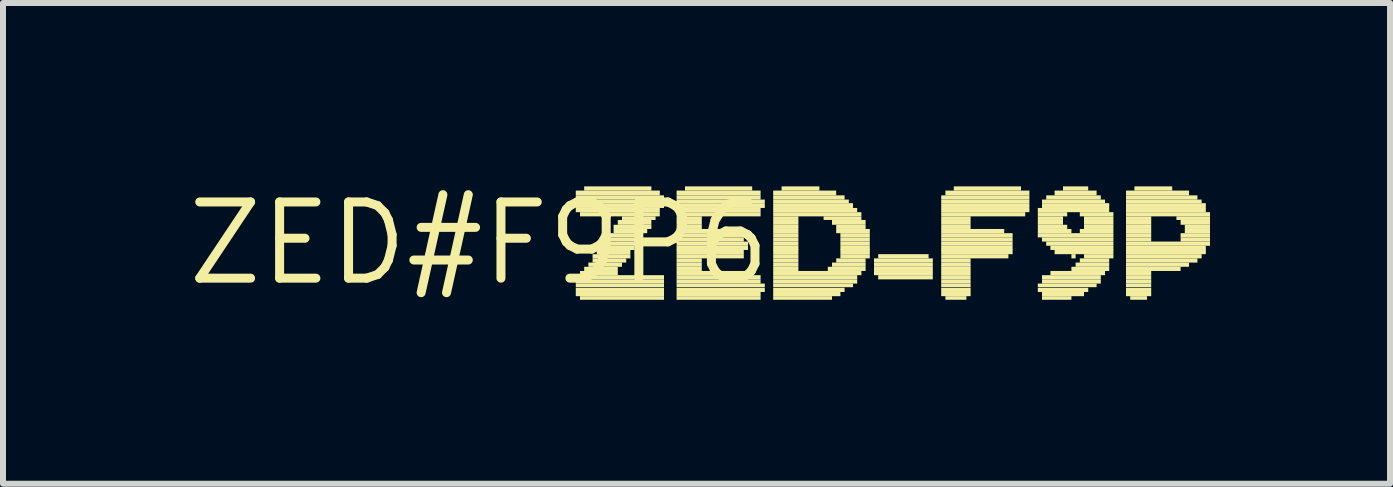
<source format=kicad_pcb>
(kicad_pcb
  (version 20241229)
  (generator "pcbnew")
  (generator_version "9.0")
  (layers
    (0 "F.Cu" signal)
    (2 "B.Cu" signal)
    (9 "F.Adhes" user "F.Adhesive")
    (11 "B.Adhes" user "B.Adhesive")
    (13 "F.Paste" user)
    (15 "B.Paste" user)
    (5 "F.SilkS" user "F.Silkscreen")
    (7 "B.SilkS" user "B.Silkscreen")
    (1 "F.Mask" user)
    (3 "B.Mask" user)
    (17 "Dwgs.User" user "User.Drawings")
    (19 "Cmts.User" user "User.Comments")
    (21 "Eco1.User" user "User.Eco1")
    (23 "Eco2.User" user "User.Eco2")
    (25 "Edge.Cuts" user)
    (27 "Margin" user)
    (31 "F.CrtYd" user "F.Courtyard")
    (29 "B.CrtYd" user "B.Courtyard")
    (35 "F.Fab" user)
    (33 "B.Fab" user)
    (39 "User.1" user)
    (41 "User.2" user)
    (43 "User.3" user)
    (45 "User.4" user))
  (footprint "ZED#F9P6"
    (layer "F.Cu")
    (at 4.936 1.006)
    (property "Reference" "ZED#F9P6" (at 0 0 0) (layer "F.SilkS") (effects (font (size 1.27 1.27) (thickness 0.15))))
    (attr through_hole)
    (fp_poly (pts (xy 1.61 -0.8) (xy 3.01 -0.8) (xy 3.01 -0.88) (xy 1.61 -0.88)) (stroke (width 0) (type solid)) (fill yes) (layer "F.SilkS"))
    (fp_poly (pts (xy 1.61 -0.73) (xy 3.08 -0.73) (xy 3.08 -0.8) (xy 1.61 -0.8)) (stroke (width 0) (type solid)) (fill yes) (layer "F.SilkS"))
    (fp_poly (pts (xy 1.61 -0.67) (xy 3.08 -0.67) (xy 3.08 -0.73) (xy 1.61 -0.73)) (stroke (width 0) (type solid)) (fill yes) (layer "F.SilkS"))
    (fp_poly (pts (xy 1.61 -0.59) (xy 3.08 -0.59) (xy 3.08 -0.67) (xy 1.61 -0.67)) (stroke (width 0) (type solid)) (fill yes) (layer "F.SilkS"))
    (fp_poly (pts (xy 1.61 -0.52) (xy 3.01 -0.52) (xy 3.01 -0.59) (xy 1.61 -0.59)) (stroke (width 0) (type solid)) (fill yes) (layer "F.SilkS"))
    (fp_poly (pts (xy 1.61 0.67) (xy 3.08 0.67) (xy 3.08 0.6) (xy 1.61 0.6)) (stroke (width 0) (type solid)) (fill yes) (layer "F.SilkS"))
    (fp_poly (pts (xy 1.61 0.73) (xy 3.08 0.73) (xy 3.08 0.67) (xy 1.61 0.67)) (stroke (width 0) (type solid)) (fill yes) (layer "F.SilkS"))
    (fp_poly (pts (xy 1.61 0.81) (xy 3.08 0.81) (xy 3.08 0.74) (xy 1.61 0.74)) (stroke (width 0) (type solid)) (fill yes) (layer "F.SilkS"))
    (fp_poly (pts (xy 1.61 0.88) (xy 3.08 0.88) (xy 3.08 0.81) (xy 1.61 0.81)) (stroke (width 0) (type solid)) (fill yes) (layer "F.SilkS"))
    (fp_poly (pts (xy 1.68 -0.45) (xy 3.01 -0.45) (xy 3.01 -0.52) (xy 1.68 -0.52)) (stroke (width 0) (type solid)) (fill yes) (layer "F.SilkS"))
    (fp_poly (pts (xy 1.68 0.53) (xy 2.31 0.53) (xy 2.31 0.46) (xy 1.68 0.46)) (stroke (width 0) (type solid)) (fill yes) (layer "F.SilkS"))
    (fp_poly (pts (xy 1.68 0.6) (xy 3.08 0.6) (xy 3.08 0.53) (xy 1.68 0.53)) (stroke (width 0) (type solid)) (fill yes) (layer "F.SilkS"))
    (fp_poly (pts (xy 1.68 0.94) (xy 3.08 0.94) (xy 3.08 0.88) (xy 1.68 0.88)) (stroke (width 0) (type solid)) (fill yes) (layer "F.SilkS"))
    (fp_poly (pts (xy 1.75 -0.88) (xy 2.87 -0.88) (xy 2.87 -0.95) (xy 1.75 -0.95)) (stroke (width 0) (type solid)) (fill yes) (layer "F.SilkS"))
    (fp_poly (pts (xy 1.75 0.46) (xy 2.31 0.46) (xy 2.31 0.39) (xy 1.75 0.39)) (stroke (width 0) (type solid)) (fill yes) (layer "F.SilkS"))
    (fp_poly (pts (xy 1.82 0.39) (xy 2.38 0.39) (xy 2.38 0.32) (xy 1.82 0.32)) (stroke (width 0) (type solid)) (fill yes) (layer "F.SilkS"))
    (fp_poly (pts (xy 1.89 0.25) (xy 2.52 0.25) (xy 2.52 0.18) (xy 1.89 0.18)) (stroke (width 0) (type solid)) (fill yes) (layer "F.SilkS"))
    (fp_poly (pts (xy 1.89 0.32) (xy 2.45 0.32) (xy 2.45 0.25) (xy 1.89 0.25)) (stroke (width 0) (type solid)) (fill yes) (layer "F.SilkS"))
    (fp_poly (pts (xy 1.96 0.18) (xy 2.52 0.18) (xy 2.52 0.1) (xy 1.96 0.1)) (stroke (width 0) (type solid)) (fill yes) (layer "F.SilkS"))
    (fp_poly (pts (xy 2.03 0.04) (xy 2.66 0.04) (xy 2.66 -0.03) (xy 2.03 -0.03)) (stroke (width 0) (type solid)) (fill yes) (layer "F.SilkS"))
    (fp_poly (pts (xy 2.03 0.11) (xy 2.59 0.11) (xy 2.59 0.04) (xy 2.03 0.04)) (stroke (width 0) (type solid)) (fill yes) (layer "F.SilkS"))
    (fp_poly (pts (xy 2.1 -0.03) (xy 2.66 -0.03) (xy 2.66 -0.1) (xy 2.1 -0.1)) (stroke (width 0) (type solid)) (fill yes) (layer "F.SilkS"))
    (fp_poly (pts (xy 2.17 -0.1) (xy 2.73 -0.1) (xy 2.73 -0.17) (xy 2.17 -0.17)) (stroke (width 0) (type solid)) (fill yes) (layer "F.SilkS"))
    (fp_poly (pts (xy 2.24 -0.24) (xy 2.87 -0.24) (xy 2.87 -0.31) (xy 2.24 -0.31)) (stroke (width 0) (type solid)) (fill yes) (layer "F.SilkS"))
    (fp_poly (pts (xy 2.24 -0.17) (xy 2.8 -0.17) (xy 2.8 -0.24) (xy 2.24 -0.24)) (stroke (width 0) (type solid)) (fill yes) (layer "F.SilkS"))
    (fp_poly (pts (xy 2.31 -0.31) (xy 2.87 -0.31) (xy 2.87 -0.39) (xy 2.31 -0.39)) (stroke (width 0) (type solid)) (fill yes) (layer "F.SilkS"))
    (fp_poly (pts (xy 2.38 -0.39) (xy 2.94 -0.39) (xy 2.94 -0.45) (xy 2.38 -0.45)) (stroke (width 0) (type solid)) (fill yes) (layer "F.SilkS"))
    (fp_poly (pts (xy 3.29 -0.8) (xy 4.69 -0.8) (xy 4.69 -0.88) (xy 3.29 -0.88)) (stroke (width 0) (type solid)) (fill yes) (layer "F.SilkS"))
    (fp_poly (pts (xy 3.29 -0.73) (xy 4.69 -0.73) (xy 4.69 -0.8) (xy 3.29 -0.8)) (stroke (width 0) (type solid)) (fill yes) (layer "F.SilkS"))
    (fp_poly (pts (xy 3.29 -0.67) (xy 4.76 -0.67) (xy 4.76 -0.73) (xy 3.29 -0.73)) (stroke (width 0) (type solid)) (fill yes) (layer "F.SilkS"))
    (fp_poly (pts (xy 3.29 -0.59) (xy 4.76 -0.59) (xy 4.76 -0.67) (xy 3.29 -0.67)) (stroke (width 0) (type solid)) (fill yes) (layer "F.SilkS"))
    (fp_poly (pts (xy 3.29 -0.52) (xy 4.69 -0.52) (xy 4.69 -0.59) (xy 3.29 -0.59)) (stroke (width 0) (type solid)) (fill yes) (layer "F.SilkS"))
    (fp_poly (pts (xy 3.29 -0.45) (xy 4.69 -0.45) (xy 4.69 -0.52) (xy 3.29 -0.52)) (stroke (width 0) (type solid)) (fill yes) (layer "F.SilkS"))
    (fp_poly (pts (xy 3.29 -0.39) (xy 3.71 -0.39) (xy 3.71 -0.45) (xy 3.29 -0.45)) (stroke (width 0) (type solid)) (fill yes) (layer "F.SilkS"))
    (fp_poly (pts (xy 3.29 -0.31) (xy 3.71 -0.31) (xy 3.71 -0.39) (xy 3.29 -0.39)) (stroke (width 0) (type solid)) (fill yes) (layer "F.SilkS"))
    (fp_poly (pts (xy 3.29 -0.24) (xy 3.71 -0.24) (xy 3.71 -0.31) (xy 3.29 -0.31)) (stroke (width 0) (type solid)) (fill yes) (layer "F.SilkS"))
    (fp_poly (pts (xy 3.29 -0.17) (xy 4.27 -0.17) (xy 4.27 -0.24) (xy 3.29 -0.24)) (stroke (width 0) (type solid)) (fill yes) (layer "F.SilkS"))
    (fp_poly (pts (xy 3.29 -0.1) (xy 4.41 -0.1) (xy 4.41 -0.17) (xy 3.29 -0.17)) (stroke (width 0) (type solid)) (fill yes) (layer "F.SilkS"))
    (fp_poly (pts (xy 3.29 -0.03) (xy 4.41 -0.03) (xy 4.41 -0.1) (xy 3.29 -0.1)) (stroke (width 0) (type solid)) (fill yes) (layer "F.SilkS"))
    (fp_poly (pts (xy 3.29 0.04) (xy 4.48 0.04) (xy 4.48 -0.03) (xy 3.29 -0.03)) (stroke (width 0) (type solid)) (fill yes) (layer "F.SilkS"))
    (fp_poly (pts (xy 3.29 0.11) (xy 4.48 0.11) (xy 4.48 0.04) (xy 3.29 0.04)) (stroke (width 0) (type solid)) (fill yes) (layer "F.SilkS"))
    (fp_poly (pts (xy 3.29 0.18) (xy 4.41 0.18) (xy 4.41 0.1) (xy 3.29 0.1)) (stroke (width 0) (type solid)) (fill yes) (layer "F.SilkS"))
    (fp_poly (pts (xy 3.29 0.25) (xy 4.41 0.25) (xy 4.41 0.18) (xy 3.29 0.18)) (stroke (width 0) (type solid)) (fill yes) (layer "F.SilkS"))
    (fp_poly (pts (xy 3.29 0.32) (xy 3.71 0.32) (xy 3.71 0.25) (xy 3.29 0.25)) (stroke (width 0) (type solid)) (fill yes) (layer "F.SilkS"))
    (fp_poly (pts (xy 3.29 0.39) (xy 3.71 0.39) (xy 3.71 0.32) (xy 3.29 0.32)) (stroke (width 0) (type solid)) (fill yes) (layer "F.SilkS"))
    (fp_poly (pts (xy 3.29 0.46) (xy 3.71 0.46) (xy 3.71 0.39) (xy 3.29 0.39)) (stroke (width 0) (type solid)) (fill yes) (layer "F.SilkS"))
    (fp_poly (pts (xy 3.29 0.53) (xy 4.55 0.53) (xy 4.55 0.46) (xy 3.29 0.46)) (stroke (width 0) (type solid)) (fill yes) (layer "F.SilkS"))
    (fp_poly (pts (xy 3.29 0.6) (xy 4.69 0.6) (xy 4.69 0.53) (xy 3.29 0.53)) (stroke (width 0) (type solid)) (fill yes) (layer "F.SilkS"))
    (fp_poly (pts (xy 3.29 0.67) (xy 4.69 0.67) (xy 4.69 0.6) (xy 3.29 0.6)) (stroke (width 0) (type solid)) (fill yes) (layer "F.SilkS"))
    (fp_poly (pts (xy 3.29 0.73) (xy 4.76 0.73) (xy 4.76 0.67) (xy 3.29 0.67)) (stroke (width 0) (type solid)) (fill yes) (layer "F.SilkS"))
    (fp_poly (pts (xy 3.29 0.81) (xy 4.76 0.81) (xy 4.76 0.74) (xy 3.29 0.74)) (stroke (width 0) (type solid)) (fill yes) (layer "F.SilkS"))
    (fp_poly (pts (xy 3.29 0.88) (xy 4.69 0.88) (xy 4.69 0.81) (xy 3.29 0.81)) (stroke (width 0) (type solid)) (fill yes) (layer "F.SilkS"))
    (fp_poly (pts (xy 3.29 0.94) (xy 4.69 0.94) (xy 4.69 0.88) (xy 3.29 0.88)) (stroke (width 0) (type solid)) (fill yes) (layer "F.SilkS"))
    (fp_poly (pts (xy 3.43 -0.88) (xy 4.55 -0.88) (xy 4.55 -0.95) (xy 3.43 -0.95)) (stroke (width 0) (type solid)) (fill yes) (layer "F.SilkS"))
    (fp_poly (pts (xy 4.9 -0.8) (xy 5.95 -0.8) (xy 5.95 -0.88) (xy 4.9 -0.88)) (stroke (width 0) (type solid)) (fill yes) (layer "F.SilkS"))
    (fp_poly (pts (xy 4.9 -0.73) (xy 6.09 -0.73) (xy 6.09 -0.8) (xy 4.9 -0.8)) (stroke (width 0) (type solid)) (fill yes) (layer "F.SilkS"))
    (fp_poly (pts (xy 4.9 -0.67) (xy 6.16 -0.67) (xy 6.16 -0.73) (xy 4.9 -0.73)) (stroke (width 0) (type solid)) (fill yes) (layer "F.SilkS"))
    (fp_poly (pts (xy 4.9 -0.59) (xy 6.23 -0.59) (xy 6.23 -0.67) (xy 4.9 -0.67)) (stroke (width 0) (type solid)) (fill yes) (layer "F.SilkS"))
    (fp_poly (pts (xy 4.9 -0.52) (xy 6.3 -0.52) (xy 6.3 -0.59) (xy 4.9 -0.59)) (stroke (width 0) (type solid)) (fill yes) (layer "F.SilkS"))
    (fp_poly (pts (xy 4.9 -0.45) (xy 6.37 -0.45) (xy 6.37 -0.52) (xy 4.9 -0.52)) (stroke (width 0) (type solid)) (fill yes) (layer "F.SilkS"))
    (fp_poly (pts (xy 4.9 -0.39) (xy 5.32 -0.39) (xy 5.32 -0.45) (xy 4.9 -0.45)) (stroke (width 0) (type solid)) (fill yes) (layer "F.SilkS"))
    (fp_poly (pts (xy 4.9 -0.31) (xy 5.32 -0.31) (xy 5.32 -0.39) (xy 4.9 -0.39)) (stroke (width 0) (type solid)) (fill yes) (layer "F.SilkS"))
    (fp_poly (pts (xy 4.9 -0.24) (xy 5.32 -0.24) (xy 5.32 -0.31) (xy 4.9 -0.31)) (stroke (width 0) (type solid)) (fill yes) (layer "F.SilkS"))
    (fp_poly (pts (xy 4.9 -0.17) (xy 5.32 -0.17) (xy 5.32 -0.24) (xy 4.9 -0.24)) (stroke (width 0) (type solid)) (fill yes) (layer "F.SilkS"))
    (fp_poly (pts (xy 4.9 -0.1) (xy 5.32 -0.1) (xy 5.32 -0.17) (xy 4.9 -0.17)) (stroke (width 0) (type solid)) (fill yes) (layer "F.SilkS"))
    (fp_poly (pts (xy 4.9 -0.03) (xy 5.32 -0.03) (xy 5.32 -0.1) (xy 4.9 -0.1)) (stroke (width 0) (type solid)) (fill yes) (layer "F.SilkS"))
    (fp_poly (pts (xy 4.9 0.04) (xy 5.32 0.04) (xy 5.32 -0.03) (xy 4.9 -0.03)) (stroke (width 0) (type solid)) (fill yes) (layer "F.SilkS"))
    (fp_poly (pts (xy 4.9 0.11) (xy 5.32 0.11) (xy 5.32 0.04) (xy 4.9 0.04)) (stroke (width 0) (type solid)) (fill yes) (layer "F.SilkS"))
    (fp_poly (pts (xy 4.9 0.18) (xy 5.32 0.18) (xy 5.32 0.1) (xy 4.9 0.1)) (stroke (width 0) (type solid)) (fill yes) (layer "F.SilkS"))
    (fp_poly (pts (xy 4.9 0.25) (xy 5.32 0.25) (xy 5.32 0.18) (xy 4.9 0.18)) (stroke (width 0) (type solid)) (fill yes) (layer "F.SilkS"))
    (fp_poly (pts (xy 4.9 0.32) (xy 5.32 0.32) (xy 5.32 0.25) (xy 4.9 0.25)) (stroke (width 0) (type solid)) (fill yes) (layer "F.SilkS"))
    (fp_poly (pts (xy 4.9 0.39) (xy 5.32 0.39) (xy 5.32 0.32) (xy 4.9 0.32)) (stroke (width 0) (type solid)) (fill yes) (layer "F.SilkS"))
    (fp_poly (pts (xy 4.9 0.46) (xy 5.32 0.46) (xy 5.32 0.39) (xy 4.9 0.39)) (stroke (width 0) (type solid)) (fill yes) (layer "F.SilkS"))
    (fp_poly (pts (xy 4.9 0.53) (xy 6.37 0.53) (xy 6.37 0.46) (xy 4.9 0.46)) (stroke (width 0) (type solid)) (fill yes) (layer "F.SilkS"))
    (fp_poly (pts (xy 4.9 0.6) (xy 6.3 0.6) (xy 6.3 0.53) (xy 4.9 0.53)) (stroke (width 0) (type solid)) (fill yes) (layer "F.SilkS"))
    (fp_poly (pts (xy 4.9 0.67) (xy 6.3 0.67) (xy 6.3 0.6) (xy 4.9 0.6)) (stroke (width 0) (type solid)) (fill yes) (layer "F.SilkS"))
    (fp_poly (pts (xy 4.9 0.73) (xy 6.23 0.73) (xy 6.23 0.67) (xy 4.9 0.67)) (stroke (width 0) (type solid)) (fill yes) (layer "F.SilkS"))
    (fp_poly (pts (xy 4.9 0.81) (xy 6.09 0.81) (xy 6.09 0.74) (xy 4.9 0.74)) (stroke (width 0) (type solid)) (fill yes) (layer "F.SilkS"))
    (fp_poly (pts (xy 4.9 0.88) (xy 6.02 0.88) (xy 6.02 0.81) (xy 4.9 0.81)) (stroke (width 0) (type solid)) (fill yes) (layer "F.SilkS"))
    (fp_poly (pts (xy 4.9 0.94) (xy 5.88 0.94) (xy 5.88 0.88) (xy 4.9 0.88)) (stroke (width 0) (type solid)) (fill yes) (layer "F.SilkS"))
    (fp_poly (pts (xy 5.04 -0.88) (xy 5.67 -0.88) (xy 5.67 -0.95) (xy 5.04 -0.95)) (stroke (width 0) (type solid)) (fill yes) (layer "F.SilkS"))
    (fp_poly (pts (xy 5.74 -0.39) (xy 6.37 -0.39) (xy 6.37 -0.45) (xy 5.74 -0.45)) (stroke (width 0) (type solid)) (fill yes) (layer "F.SilkS"))
    (fp_poly (pts (xy 5.81 0.46) (xy 6.44 0.46) (xy 6.44 0.39) (xy 5.81 0.39)) (stroke (width 0) (type solid)) (fill yes) (layer "F.SilkS"))
    (fp_poly (pts (xy 5.88 -0.31) (xy 6.44 -0.31) (xy 6.44 -0.39) (xy 5.88 -0.39)) (stroke (width 0) (type solid)) (fill yes) (layer "F.SilkS"))
    (fp_poly (pts (xy 5.88 0.39) (xy 6.44 0.39) (xy 6.44 0.32) (xy 5.88 0.32)) (stroke (width 0) (type solid)) (fill yes) (layer "F.SilkS"))
    (fp_poly (pts (xy 5.95 -0.24) (xy 6.44 -0.24) (xy 6.44 -0.31) (xy 5.95 -0.31)) (stroke (width 0) (type solid)) (fill yes) (layer "F.SilkS"))
    (fp_poly (pts (xy 5.95 -0.17) (xy 6.51 -0.17) (xy 6.51 -0.24) (xy 5.95 -0.24)) (stroke (width 0) (type solid)) (fill yes) (layer "F.SilkS"))
    (fp_poly (pts (xy 5.95 0.32) (xy 6.44 0.32) (xy 6.44 0.25) (xy 5.95 0.25)) (stroke (width 0) (type solid)) (fill yes) (layer "F.SilkS"))
    (fp_poly (pts (xy 6.02 -0.1) (xy 6.51 -0.1) (xy 6.51 -0.17) (xy 6.02 -0.17)) (stroke (width 0) (type solid)) (fill yes) (layer "F.SilkS"))
    (fp_poly (pts (xy 6.02 -0.03) (xy 6.51 -0.03) (xy 6.51 -0.1) (xy 6.02 -0.1)) (stroke (width 0) (type solid)) (fill yes) (layer "F.SilkS"))
    (fp_poly (pts (xy 6.02 0.04) (xy 6.51 0.04) (xy 6.51 -0.03) (xy 6.02 -0.03)) (stroke (width 0) (type solid)) (fill yes) (layer "F.SilkS"))
    (fp_poly (pts (xy 6.02 0.11) (xy 6.51 0.11) (xy 6.51 0.04) (xy 6.02 0.04)) (stroke (width 0) (type solid)) (fill yes) (layer "F.SilkS"))
    (fp_poly (pts (xy 6.02 0.18) (xy 6.51 0.18) (xy 6.51 0.1) (xy 6.02 0.1)) (stroke (width 0) (type solid)) (fill yes) (layer "F.SilkS"))
    (fp_poly (pts (xy 6.02 0.25) (xy 6.51 0.25) (xy 6.51 0.18) (xy 6.02 0.18)) (stroke (width 0) (type solid)) (fill yes) (layer "F.SilkS"))
    (fp_poly (pts (xy 6.58 0.32) (xy 7.56 0.32) (xy 7.56 0.25) (xy 6.58 0.25)) (stroke (width 0) (type solid)) (fill yes) (layer "F.SilkS"))
    (fp_poly (pts (xy 6.58 0.39) (xy 7.56 0.39) (xy 7.56 0.32) (xy 6.58 0.32)) (stroke (width 0) (type solid)) (fill yes) (layer "F.SilkS"))
    (fp_poly (pts (xy 6.58 0.46) (xy 7.56 0.46) (xy 7.56 0.39) (xy 6.58 0.39)) (stroke (width 0) (type solid)) (fill yes) (layer "F.SilkS"))
    (fp_poly (pts (xy 6.58 0.53) (xy 7.56 0.53) (xy 7.56 0.46) (xy 6.58 0.46)) (stroke (width 0) (type solid)) (fill yes) (layer "F.SilkS"))
    (fp_poly (pts (xy 6.65 0.25) (xy 7.49 0.25) (xy 7.49 0.18) (xy 6.65 0.18)) (stroke (width 0) (type solid)) (fill yes) (layer "F.SilkS"))
    (fp_poly (pts (xy 6.65 0.6) (xy 7.56 0.6) (xy 7.56 0.53) (xy 6.65 0.53)) (stroke (width 0) (type solid)) (fill yes) (layer "F.SilkS"))
    (fp_poly (pts (xy 7.7 -0.73) (xy 9.17 -0.73) (xy 9.17 -0.8) (xy 7.7 -0.8)) (stroke (width 0) (type solid)) (fill yes) (layer "F.SilkS"))
    (fp_poly (pts (xy 7.7 -0.67) (xy 9.17 -0.67) (xy 9.17 -0.73) (xy 7.7 -0.73)) (stroke (width 0) (type solid)) (fill yes) (layer "F.SilkS"))
    (fp_poly (pts (xy 7.7 -0.59) (xy 9.17 -0.59) (xy 9.17 -0.67) (xy 7.7 -0.67)) (stroke (width 0) (type solid)) (fill yes) (layer "F.SilkS"))
    (fp_poly (pts (xy 7.7 -0.52) (xy 9.17 -0.52) (xy 9.17 -0.59) (xy 7.7 -0.59)) (stroke (width 0) (type solid)) (fill yes) (layer "F.SilkS"))
    (fp_poly (pts (xy 7.7 -0.45) (xy 9.1 -0.45) (xy 9.1 -0.52) (xy 7.7 -0.52)) (stroke (width 0) (type solid)) (fill yes) (layer "F.SilkS"))
    (fp_poly (pts (xy 7.7 -0.39) (xy 8.19 -0.39) (xy 8.19 -0.45) (xy 7.7 -0.45)) (stroke (width 0) (type solid)) (fill yes) (layer "F.SilkS"))
    (fp_poly (pts (xy 7.7 -0.31) (xy 8.19 -0.31) (xy 8.19 -0.39) (xy 7.7 -0.39)) (stroke (width 0) (type solid)) (fill yes) (layer "F.SilkS"))
    (fp_poly (pts (xy 7.7 -0.24) (xy 8.19 -0.24) (xy 8.19 -0.31) (xy 7.7 -0.31)) (stroke (width 0) (type solid)) (fill yes) (layer "F.SilkS"))
    (fp_poly (pts (xy 7.7 -0.17) (xy 8.75 -0.17) (xy 8.75 -0.24) (xy 7.7 -0.24)) (stroke (width 0) (type solid)) (fill yes) (layer "F.SilkS"))
    (fp_poly (pts (xy 7.7 -0.1) (xy 8.89 -0.1) (xy 8.89 -0.17) (xy 7.7 -0.17)) (stroke (width 0) (type solid)) (fill yes) (layer "F.SilkS"))
    (fp_poly (pts (xy 7.7 -0.03) (xy 8.89 -0.03) (xy 8.89 -0.1) (xy 7.7 -0.1)) (stroke (width 0) (type solid)) (fill yes) (layer "F.SilkS"))
    (fp_poly (pts (xy 7.7 0.04) (xy 8.89 0.04) (xy 8.89 -0.03) (xy 7.7 -0.03)) (stroke (width 0) (type solid)) (fill yes) (layer "F.SilkS"))
    (fp_poly (pts (xy 7.7 0.11) (xy 8.89 0.11) (xy 8.89 0.04) (xy 7.7 0.04)) (stroke (width 0) (type solid)) (fill yes) (layer "F.SilkS"))
    (fp_poly (pts (xy 7.7 0.18) (xy 8.89 0.18) (xy 8.89 0.1) (xy 7.7 0.1)) (stroke (width 0) (type solid)) (fill yes) (layer "F.SilkS"))
    (fp_poly (pts (xy 7.7 0.25) (xy 8.82 0.25) (xy 8.82 0.18) (xy 7.7 0.18)) (stroke (width 0) (type solid)) (fill yes) (layer "F.SilkS"))
    (fp_poly (pts (xy 7.7 0.32) (xy 8.19 0.32) (xy 8.19 0.25) (xy 7.7 0.25)) (stroke (width 0) (type solid)) (fill yes) (layer "F.SilkS"))
    (fp_poly (pts (xy 7.7 0.39) (xy 8.19 0.39) (xy 8.19 0.32) (xy 7.7 0.32)) (stroke (width 0) (type solid)) (fill yes) (layer "F.SilkS"))
    (fp_poly (pts (xy 7.7 0.46) (xy 8.19 0.46) (xy 8.19 0.39) (xy 7.7 0.39)) (stroke (width 0) (type solid)) (fill yes) (layer "F.SilkS"))
    (fp_poly (pts (xy 7.7 0.53) (xy 8.19 0.53) (xy 8.19 0.46) (xy 7.7 0.46)) (stroke (width 0) (type solid)) (fill yes) (layer "F.SilkS"))
    (fp_poly (pts (xy 7.7 0.6) (xy 8.19 0.6) (xy 8.19 0.53) (xy 7.7 0.53)) (stroke (width 0) (type solid)) (fill yes) (layer "F.SilkS"))
    (fp_poly (pts (xy 7.7 0.67) (xy 8.19 0.67) (xy 8.19 0.6) (xy 7.7 0.6)) (stroke (width 0) (type solid)) (fill yes) (layer "F.SilkS"))
    (fp_poly (pts (xy 7.7 0.73) (xy 8.19 0.73) (xy 8.19 0.67) (xy 7.7 0.67)) (stroke (width 0) (type solid)) (fill yes) (layer "F.SilkS"))
    (fp_poly (pts (xy 7.7 0.81) (xy 8.19 0.81) (xy 8.19 0.74) (xy 7.7 0.74)) (stroke (width 0) (type solid)) (fill yes) (layer "F.SilkS"))
    (fp_poly (pts (xy 7.7 0.88) (xy 8.19 0.88) (xy 8.19 0.81) (xy 7.7 0.81)) (stroke (width 0) (type solid)) (fill yes) (layer "F.SilkS"))
    (fp_poly (pts (xy 7.77 -0.8) (xy 9.17 -0.8) (xy 9.17 -0.88) (xy 7.77 -0.88)) (stroke (width 0) (type solid)) (fill yes) (layer "F.SilkS"))
    (fp_poly (pts (xy 7.77 0.94) (xy 8.12 0.94) (xy 8.12 0.88) (xy 7.77 0.88)) (stroke (width 0) (type solid)) (fill yes) (layer "F.SilkS"))
    (fp_poly (pts (xy 7.91 -0.88) (xy 9.03 -0.88) (xy 9.03 -0.95) (xy 7.91 -0.95)) (stroke (width 0) (type solid)) (fill yes) (layer "F.SilkS"))
    (fp_poly (pts (xy 9.31 -0.52) (xy 10.5 -0.52) (xy 10.5 -0.59) (xy 9.31 -0.59)) (stroke (width 0) (type solid)) (fill yes) (layer "F.SilkS"))
    (fp_poly (pts (xy 9.31 -0.45) (xy 9.8 -0.45) (xy 9.8 -0.52) (xy 9.31 -0.52)) (stroke (width 0) (type solid)) (fill yes) (layer "F.SilkS"))
    (fp_poly (pts (xy 9.31 -0.39) (xy 9.73 -0.39) (xy 9.73 -0.45) (xy 9.31 -0.45)) (stroke (width 0) (type solid)) (fill yes) (layer "F.SilkS"))
    (fp_poly (pts (xy 9.31 -0.31) (xy 9.73 -0.31) (xy 9.73 -0.39) (xy 9.31 -0.39)) (stroke (width 0) (type solid)) (fill yes) (layer "F.SilkS"))
    (fp_poly (pts (xy 9.31 -0.24) (xy 9.8 -0.24) (xy 9.8 -0.31) (xy 9.31 -0.31)) (stroke (width 0) (type solid)) (fill yes) (layer "F.SilkS"))
    (fp_poly (pts (xy 9.31 -0.17) (xy 9.87 -0.17) (xy 9.87 -0.24) (xy 9.31 -0.24)) (stroke (width 0) (type solid)) (fill yes) (layer "F.SilkS"))
    (fp_poly (pts (xy 9.31 -0.1) (xy 10.57 -0.1) (xy 10.57 -0.17) (xy 9.31 -0.17)) (stroke (width 0) (type solid)) (fill yes) (layer "F.SilkS"))
    (fp_poly (pts (xy 9.31 0.73) (xy 10.29 0.73) (xy 10.29 0.67) (xy 9.31 0.67)) (stroke (width 0) (type solid)) (fill yes) (layer "F.SilkS"))
    (fp_poly (pts (xy 9.31 0.81) (xy 10.15 0.81) (xy 10.15 0.74) (xy 9.31 0.74)) (stroke (width 0) (type solid)) (fill yes) (layer "F.SilkS"))
    (fp_poly (pts (xy 9.38 -0.67) (xy 10.43 -0.67) (xy 10.43 -0.73) (xy 9.38 -0.73)) (stroke (width 0) (type solid)) (fill yes) (layer "F.SilkS"))
    (fp_poly (pts (xy 9.38 -0.59) (xy 10.5 -0.59) (xy 10.5 -0.67) (xy 9.38 -0.67)) (stroke (width 0) (type solid)) (fill yes) (layer "F.SilkS"))
    (fp_poly (pts (xy 9.38 -0.03) (xy 10.57 -0.03) (xy 10.57 -0.1) (xy 9.38 -0.1)) (stroke (width 0) (type solid)) (fill yes) (layer "F.SilkS"))
    (fp_poly (pts (xy 9.38 0.6) (xy 10.36 0.6) (xy 10.36 0.53) (xy 9.38 0.53)) (stroke (width 0) (type solid)) (fill yes) (layer "F.SilkS"))
    (fp_poly (pts (xy 9.38 0.67) (xy 10.36 0.67) (xy 10.36 0.6) (xy 9.38 0.6)) (stroke (width 0) (type solid)) (fill yes) (layer "F.SilkS"))
    (fp_poly (pts (xy 9.38 0.88) (xy 10.08 0.88) (xy 10.08 0.81) (xy 9.38 0.81)) (stroke (width 0) (type solid)) (fill yes) (layer "F.SilkS"))
    (fp_poly (pts (xy 9.38 0.94) (xy 9.87 0.94) (xy 9.87 0.88) (xy 9.38 0.88)) (stroke (width 0) (type solid)) (fill yes) (layer "F.SilkS"))
    (fp_poly (pts (xy 9.45 -0.73) (xy 10.36 -0.73) (xy 10.36 -0.8) (xy 9.45 -0.8)) (stroke (width 0) (type solid)) (fill yes) (layer "F.SilkS"))
    (fp_poly (pts (xy 9.45 0.04) (xy 10.57 0.04) (xy 10.57 -0.03) (xy 9.45 -0.03)) (stroke (width 0) (type solid)) (fill yes) (layer "F.SilkS"))
    (fp_poly (pts (xy 9.52 0.11) (xy 10.57 0.11) (xy 10.57 0.04) (xy 9.52 0.04)) (stroke (width 0) (type solid)) (fill yes) (layer "F.SilkS"))
    (fp_poly (pts (xy 9.52 0.53) (xy 10.43 0.53) (xy 10.43 0.46) (xy 9.52 0.46)) (stroke (width 0) (type solid)) (fill yes) (layer "F.SilkS"))
    (fp_poly (pts (xy 9.59 -0.8) (xy 10.29 -0.8) (xy 10.29 -0.88) (xy 9.59 -0.88)) (stroke (width 0) (type solid)) (fill yes) (layer "F.SilkS"))
    (fp_poly (pts (xy 9.59 0.18) (xy 10.57 0.18) (xy 10.57 0.1) (xy 9.59 0.1)) (stroke (width 0) (type solid)) (fill yes) (layer "F.SilkS"))
    (fp_poly (pts (xy 9.73 -0.88) (xy 10.15 -0.88) (xy 10.15 -0.95) (xy 9.73 -0.95)) (stroke (width 0) (type solid)) (fill yes) (layer "F.SilkS"))
    (fp_poly (pts (xy 9.87 0.25) (xy 9.94 0.25) (xy 9.94 0.18) (xy 9.87 0.18)) (stroke (width 0) (type solid)) (fill yes) (layer "F.SilkS"))
    (fp_poly (pts (xy 9.87 0.46) (xy 10.5 0.46) (xy 10.5 0.39) (xy 9.87 0.39)) (stroke (width 0) (type solid)) (fill yes) (layer "F.SilkS"))
    (fp_poly (pts (xy 9.94 0.39) (xy 10.5 0.39) (xy 10.5 0.32) (xy 9.94 0.32)) (stroke (width 0) (type solid)) (fill yes) (layer "F.SilkS"))
    (fp_poly (pts (xy 10.01 -0.45) (xy 10.57 -0.45) (xy 10.57 -0.52) (xy 10.01 -0.52)) (stroke (width 0) (type solid)) (fill yes) (layer "F.SilkS"))
    (fp_poly (pts (xy 10.01 -0.17) (xy 10.57 -0.17) (xy 10.57 -0.24) (xy 10.01 -0.24)) (stroke (width 0) (type solid)) (fill yes) (layer "F.SilkS"))
    (fp_poly (pts (xy 10.01 0.32) (xy 10.5 0.32) (xy 10.5 0.25) (xy 10.01 0.25)) (stroke (width 0) (type solid)) (fill yes) (layer "F.SilkS"))
    (fp_poly (pts (xy 10.08 -0.39) (xy 10.57 -0.39) (xy 10.57 -0.45) (xy 10.08 -0.45)) (stroke (width 0) (type solid)) (fill yes) (layer "F.SilkS"))
    (fp_poly (pts (xy 10.08 -0.31) (xy 10.57 -0.31) (xy 10.57 -0.39) (xy 10.08 -0.39)) (stroke (width 0) (type solid)) (fill yes) (layer "F.SilkS"))
    (fp_poly (pts (xy 10.08 -0.24) (xy 10.57 -0.24) (xy 10.57 -0.31) (xy 10.08 -0.31)) (stroke (width 0) (type solid)) (fill yes) (layer "F.SilkS"))
    (fp_poly (pts (xy 10.08 0.25) (xy 10.57 0.25) (xy 10.57 0.18) (xy 10.08 0.18)) (stroke (width 0) (type solid)) (fill yes) (layer "F.SilkS"))
    (fp_poly (pts (xy 10.78 -0.8) (xy 11.83 -0.8) (xy 11.83 -0.88) (xy 10.78 -0.88)) (stroke (width 0) (type solid)) (fill yes) (layer "F.SilkS"))
    (fp_poly (pts (xy 10.78 -0.73) (xy 11.97 -0.73) (xy 11.97 -0.8) (xy 10.78 -0.8)) (stroke (width 0) (type solid)) (fill yes) (layer "F.SilkS"))
    (fp_poly (pts (xy 10.78 -0.67) (xy 12.04 -0.67) (xy 12.04 -0.73) (xy 10.78 -0.73)) (stroke (width 0) (type solid)) (fill yes) (layer "F.SilkS"))
    (fp_poly (pts (xy 10.78 -0.59) (xy 12.11 -0.59) (xy 12.11 -0.67) (xy 10.78 -0.67)) (stroke (width 0) (type solid)) (fill yes) (layer "F.SilkS"))
    (fp_poly (pts (xy 10.78 -0.52) (xy 12.11 -0.52) (xy 12.11 -0.59) (xy 10.78 -0.59)) (stroke (width 0) (type solid)) (fill yes) (layer "F.SilkS"))
    (fp_poly (pts (xy 10.78 -0.45) (xy 12.18 -0.45) (xy 12.18 -0.52) (xy 10.78 -0.52)) (stroke (width 0) (type solid)) (fill yes) (layer "F.SilkS"))
    (fp_poly (pts (xy 10.78 -0.39) (xy 11.2 -0.39) (xy 11.2 -0.45) (xy 10.78 -0.45)) (stroke (width 0) (type solid)) (fill yes) (layer "F.SilkS"))
    (fp_poly (pts (xy 10.78 -0.31) (xy 11.2 -0.31) (xy 11.2 -0.39) (xy 10.78 -0.39)) (stroke (width 0) (type solid)) (fill yes) (layer "F.SilkS"))
    (fp_poly (pts (xy 10.78 -0.24) (xy 11.2 -0.24) (xy 11.2 -0.31) (xy 10.78 -0.31)) (stroke (width 0) (type solid)) (fill yes) (layer "F.SilkS"))
    (fp_poly (pts (xy 10.78 -0.17) (xy 11.2 -0.17) (xy 11.2 -0.24) (xy 10.78 -0.24)) (stroke (width 0) (type solid)) (fill yes) (layer "F.SilkS"))
    (fp_poly (pts (xy 10.78 -0.1) (xy 11.2 -0.1) (xy 11.2 -0.17) (xy 10.78 -0.17)) (stroke (width 0) (type solid)) (fill yes) (layer "F.SilkS"))
    (fp_poly (pts (xy 10.78 -0.03) (xy 11.2 -0.03) (xy 11.2 -0.1) (xy 10.78 -0.1)) (stroke (width 0) (type solid)) (fill yes) (layer "F.SilkS"))
    (fp_poly (pts (xy 10.78 0.04) (xy 12.18 0.04) (xy 12.18 -0.03) (xy 10.78 -0.03)) (stroke (width 0) (type solid)) (fill yes) (layer "F.SilkS"))
    (fp_poly (pts (xy 10.78 0.11) (xy 12.11 0.11) (xy 12.11 0.04) (xy 10.78 0.04)) (stroke (width 0) (type solid)) (fill yes) (layer "F.SilkS"))
    (fp_poly (pts (xy 10.78 0.18) (xy 12.11 0.18) (xy 12.11 0.1) (xy 10.78 0.1)) (stroke (width 0) (type solid)) (fill yes) (layer "F.SilkS"))
    (fp_poly (pts (xy 10.78 0.25) (xy 12.04 0.25) (xy 12.04 0.18) (xy 10.78 0.18)) (stroke (width 0) (type solid)) (fill yes) (layer "F.SilkS"))
    (fp_poly (pts (xy 10.78 0.32) (xy 11.97 0.32) (xy 11.97 0.25) (xy 10.78 0.25)) (stroke (width 0) (type solid)) (fill yes) (layer "F.SilkS"))
    (fp_poly (pts (xy 10.78 0.39) (xy 11.83 0.39) (xy 11.83 0.32) (xy 10.78 0.32)) (stroke (width 0) (type solid)) (fill yes) (layer "F.SilkS"))
    (fp_poly (pts (xy 10.78 0.46) (xy 11.69 0.46) (xy 11.69 0.39) (xy 10.78 0.39)) (stroke (width 0) (type solid)) (fill yes) (layer "F.SilkS"))
    (fp_poly (pts (xy 10.78 0.53) (xy 11.2 0.53) (xy 11.2 0.46) (xy 10.78 0.46)) (stroke (width 0) (type solid)) (fill yes) (layer "F.SilkS"))
    (fp_poly (pts (xy 10.78 0.6) (xy 11.2 0.6) (xy 11.2 0.53) (xy 10.78 0.53)) (stroke (width 0) (type solid)) (fill yes) (layer "F.SilkS"))
    (fp_poly (pts (xy 10.78 0.67) (xy 11.2 0.67) (xy 11.2 0.6) (xy 10.78 0.6)) (stroke (width 0) (type solid)) (fill yes) (layer "F.SilkS"))
    (fp_poly (pts (xy 10.78 0.73) (xy 11.2 0.73) (xy 11.2 0.67) (xy 10.78 0.67)) (stroke (width 0) (type solid)) (fill yes) (layer "F.SilkS"))
    (fp_poly (pts (xy 10.78 0.81) (xy 11.2 0.81) (xy 11.2 0.74) (xy 10.78 0.74)) (stroke (width 0) (type solid)) (fill yes) (layer "F.SilkS"))
    (fp_poly (pts (xy 10.78 0.88) (xy 11.2 0.88) (xy 11.2 0.81) (xy 10.78 0.81)) (stroke (width 0) (type solid)) (fill yes) (layer "F.SilkS"))
    (fp_poly (pts (xy 10.85 0.94) (xy 11.13 0.94) (xy 11.13 0.88) (xy 10.85 0.88)) (stroke (width 0) (type solid)) (fill yes) (layer "F.SilkS"))
    (fp_poly (pts (xy 10.92 -0.88) (xy 11.55 -0.88) (xy 11.55 -0.95) (xy 10.92 -0.95)) (stroke (width 0) (type solid)) (fill yes) (layer "F.SilkS"))
    (fp_poly (pts (xy 11.62 -0.39) (xy 12.18 -0.39) (xy 12.18 -0.45) (xy 11.62 -0.45)) (stroke (width 0) (type solid)) (fill yes) (layer "F.SilkS"))
    (fp_poly (pts (xy 11.69 -0.31) (xy 12.18 -0.31) (xy 12.18 -0.39) (xy 11.69 -0.39)) (stroke (width 0) (type solid)) (fill yes) (layer "F.SilkS"))
    (fp_poly (pts (xy 11.69 -0.1) (xy 12.18 -0.1) (xy 12.18 -0.17) (xy 11.69 -0.17)) (stroke (width 0) (type solid)) (fill yes) (layer "F.SilkS"))
    (fp_poly (pts (xy 11.69 -0.03) (xy 12.18 -0.03) (xy 12.18 -0.1) (xy 11.69 -0.1)) (stroke (width 0) (type solid)) (fill yes) (layer "F.SilkS"))
    (fp_poly (pts (xy 11.76 -0.24) (xy 12.18 -0.24) (xy 12.18 -0.31) (xy 11.76 -0.31)) (stroke (width 0) (type solid)) (fill yes) (layer "F.SilkS"))
    (fp_poly (pts (xy 11.76 -0.17) (xy 12.18 -0.17) (xy 12.18 -0.24) (xy 11.76 -0.24)) (stroke (width 0) (type solid)) (fill yes) (layer "F.SilkS")))
  (gr_rect
    (start -3 -3)
    (end 20.116 5.012)
    (stroke (width 0.1) (type default))
    (fill no)
    (layer "Edge.Cuts")))
</source>
